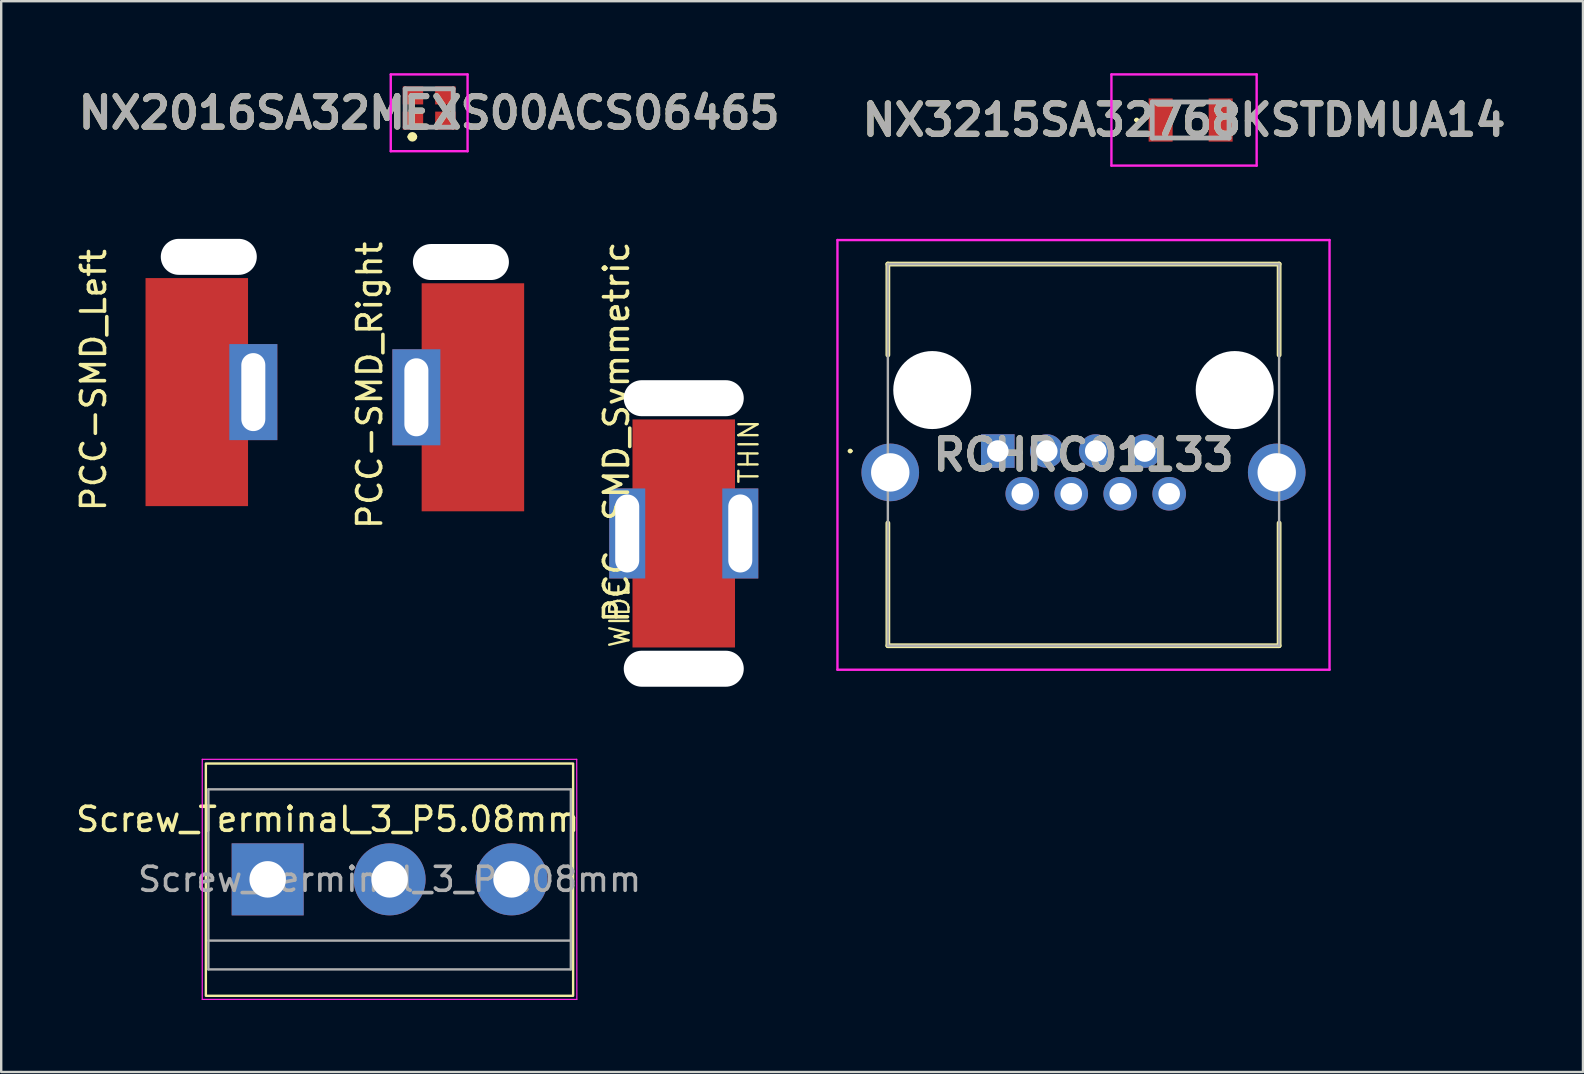
<source format=kicad_pcb>
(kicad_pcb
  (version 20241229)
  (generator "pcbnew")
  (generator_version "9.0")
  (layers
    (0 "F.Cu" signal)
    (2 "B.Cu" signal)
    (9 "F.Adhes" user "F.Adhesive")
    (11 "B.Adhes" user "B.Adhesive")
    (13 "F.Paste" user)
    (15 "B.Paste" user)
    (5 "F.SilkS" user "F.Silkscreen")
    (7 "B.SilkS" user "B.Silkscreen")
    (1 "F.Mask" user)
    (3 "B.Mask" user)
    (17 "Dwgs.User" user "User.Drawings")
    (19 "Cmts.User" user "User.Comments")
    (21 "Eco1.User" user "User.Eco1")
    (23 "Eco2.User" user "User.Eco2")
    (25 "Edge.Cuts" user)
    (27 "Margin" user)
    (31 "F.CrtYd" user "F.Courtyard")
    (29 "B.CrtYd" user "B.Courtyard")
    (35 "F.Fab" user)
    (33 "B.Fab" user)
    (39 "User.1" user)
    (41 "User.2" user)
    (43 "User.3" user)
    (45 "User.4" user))
  (footprint "PCC-SMD_Left"
    (layer "F.Cu")
    (at 5.148 13.285)
    (property "Reference" "PCC-SMD_Left" (at -4.3 -0.5 270) (layer "F.SilkS") (effects (font (size 1 1) (thickness 0.15))))
    (attr through_hole)
    (pad "" np_thru_hole oval (at 0.5 -5.635) (size 4 1.5) (drill oval 4 1.5) (layers "*.Cu" "*.Mask"))
    (pad "1" smd rect (at 0 0) (size 4.27 9.5) (layers "F.Cu" "F.Mask" "F.Paste"))
    (pad "1" thru_hole rect (at 2.355 0) (size 2 4) (drill oval 1 3.25) (layers "*.Cu" "*.Mask")))
  (footprint "PCC-SMD_Symmetric"
    (layer "F.Cu")
    (at 25.435 19.174)
    (property "Reference" "PCC-SMD_Symmetric" (at -2.8 -4.22 270) (layer "F.SilkS") (effects (font (size 1 1) (thickness 0.15))))
    (attr through_hole)
    (fp_text user "WIDE" (at -2.67 3.34 90) (layer "F.SilkS") (effects (font (size 0.8 0.8) (thickness 0.1))))
    (fp_text user "THIN" (at 2.71 -3.41 90) (layer "F.SilkS") (effects (font (size 0.8 0.8) (thickness 0.1))))
    (pad "" np_thru_hole oval (at 0 -5.635) (size 5 1.5) (drill oval 5 1.5) (layers "*.Cu" "*.Mask"))
    (pad "" np_thru_hole oval (at 0 5.635) (size 5 1.5) (drill oval 5 1.5) (layers "*.Cu" "*.Mask"))
    (pad "1" thru_hole rect (at -2.355 0) (size 1.5 3.75) (drill oval 1 3.25) (layers "*.Cu" "*.Mask"))
    (pad "1" smd rect (at 0 0) (size 4.27 9.5) (layers "F.Cu" "F.Mask" "F.Paste"))
    (pad "1" thru_hole rect (at 2.355 0) (size 1.5 3.75) (drill oval 1 3.25) (layers "*.Cu" "*.Mask")))
  (footprint "NX2016SA32MEXS00ACS06465"
    (layer "F.Cu")
    (at 14.829 1.45)
    (property "Reference" "NX2016SA32MEXS00ACS06465" (at 0 0.2 0) (layer "F.SilkS") (effects (font (size 1.27 1.27) (thickness 0.254))))
    (attr smd)
    (fp_line (start -0.8 1.2) (end -0.8 1.2) (stroke (width 0.2) (type solid)) (layer "F.SilkS"))
    (fp_line (start -0.6 1.2) (end -0.6 1.2) (stroke (width 0.2) (type solid)) (layer "F.SilkS"))
    (fp_line (start -0.1 -0.8) (end 0.1 -0.8) (stroke (width 0.1) (type solid)) (layer "F.SilkS"))
    (fp_line (start -0.1 0.8) (end 0.1 0.8) (stroke (width 0.1) (type solid)) (layer "F.SilkS"))
    (fp_arc (start -0.8 1.2) (mid -0.7 1.1) (end -0.6 1.2) (stroke (width 0.2) (type solid)) (layer "F.SilkS"))
    (fp_arc (start -0.6 1.2) (mid -0.7 1.3) (end -0.8 1.2) (stroke (width 0.2) (type solid)) (layer "F.SilkS"))
    (fp_line (start -1.6 -1.4) (end 1.6 -1.4) (stroke (width 0.1) (type solid)) (layer "F.CrtYd"))
    (fp_line (start -1.6 1.8) (end -1.6 -1.4) (stroke (width 0.1) (type solid)) (layer "F.CrtYd"))
    (fp_line (start 1.6 -1.4) (end 1.6 1.8) (stroke (width 0.1) (type solid)) (layer "F.CrtYd"))
    (fp_line (start 1.6 1.8) (end -1.6 1.8) (stroke (width 0.1) (type solid)) (layer "F.CrtYd"))
    (fp_line (start -1 -0.8) (end 1 -0.8) (stroke (width 0.2) (type solid)) (layer "F.Fab"))
    (fp_line (start -1 0.8) (end -1 -0.8) (stroke (width 0.2) (type solid)) (layer "F.Fab"))
    (fp_line (start 1 -0.8) (end 1 0.8) (stroke (width 0.2) (type solid)) (layer "F.Fab"))
    (fp_line (start 1 0.8) (end -1 0.8) (stroke (width 0.2) (type solid)) (layer "F.Fab"))
    (fp_text user "${REFERENCE}" (at 0 0.2 0) (layer "F.Fab") (effects (font (size 1.27 1.27) (thickness 0.254))))
    (pad "1" smd rect (at -0.675 0.525 90) (size 0.75 0.85) (layers "F.Cu" "F.Mask" "F.Paste"))
    (pad "2" smd rect (at 0.675 0.525 90) (size 0.75 0.85) (layers "F.Cu" "F.Mask" "F.Paste"))
    (pad "3" smd rect (at 0.675 -0.525 90) (size 0.75 0.85) (layers "F.Cu" "F.Mask" "F.Paste"))
    (pad "4" smd rect (at -0.675 -0.525 90) (size 0.75 0.85) (layers "F.Cu" "F.Mask" "F.Paste")))
  (footprint "PCC-SMD_Right"
    (layer "F.Cu")
    (at 16.651 13.501)
    (property "Reference" "PCC-SMD_Right" (at -4.3 -0.5 270) (layer "F.SilkS") (effects (font (size 1 1) (thickness 0.15))))
    (attr through_hole)
    (pad "" np_thru_hole oval (at -0.5 -5.635) (size 4 1.5) (drill oval 4 1.5) (layers "*.Cu" "*.Mask"))
    (pad "1" thru_hole rect (at -2.355 0) (size 2 4) (drill oval 1 3.25) (layers "*.Cu" "*.Mask"))
    (pad "1" smd rect (at 0 0) (size 4.27 9.5) (layers "F.Cu" "F.Mask" "F.Paste")))
  (footprint "Screw_Terminal_3_P5.08mm"
    (layer "F.Cu")
    (at 8.101 33.584)
    (property "Reference" "Screw_Terminal_3_P5.08mm" (at 2.5 -2.5 0) (layer "F.SilkS") (effects (font (size 1 1) (thickness 0.15))))
    (attr through_hole)
    (fp_rect (start -2.575 -4.825) (end 12.725 4.85) (stroke (width 0.1) (type default)) (fill no) (layer "F.SilkS"))
    (fp_line (start -2.725 -5) (end -2.725 5) (stroke (width 0.05) (type solid)) (layer "F.CrtYd"))
    (fp_line (start -2.725 -5) (end 12.875 -5) (stroke (width 0.05) (type solid)) (layer "F.CrtYd"))
    (fp_line (start 12.88 5) (end -2.725 5) (stroke (width 0.05) (type solid)) (layer "F.CrtYd"))
    (fp_line (start 12.88 5) (end 12.875 -5) (stroke (width 0.05) (type solid)) (layer "F.CrtYd"))
    (fp_line (start -2.47 -3.75) (end 12.63 -3.75) (stroke (width 0.1) (type solid)) (layer "F.Fab"))
    (fp_line (start -2.47 2.55) (end 12.63 2.55) (stroke (width 0.1) (type solid)) (layer "F.Fab"))
    (fp_line (start -2.47 3.75) (end -2.47 -3.75) (stroke (width 0.1) (type solid)) (layer "F.Fab"))
    (fp_line (start 12.63 -3.75) (end 12.63 3.75) (stroke (width 0.1) (type solid)) (layer "F.Fab"))
    (fp_line (start 12.63 3.75) (end -2.47 3.75) (stroke (width 0.1) (type solid)) (layer "F.Fab"))
    (fp_text user "${REFERENCE}" (at 5.08 0 0) (layer "F.Fab") (effects (font (size 1 1) (thickness 0.15))))
    (pad "1" thru_hole rect (at 0 0) (size 3 3) (drill 1.52) (layers "*.Cu" "*.Mask"))
    (pad "2" thru_hole circle (at 5.08 0) (size 3 3) (drill 1.52) (layers "*.Cu" "*.Mask"))
    (pad "3" thru_hole circle (at 10.16 0) (size 3 3) (drill 1.52) (layers "*.Cu" "*.Mask")))
  (footprint "RCHRC01133"
    (layer "F.Cu")
    (at 38.518 15.74)
    (property "Reference" "RCHRC01133" (at 3.57 0.16 0) (layer "F.SilkS") (effects (font (size 1.27 1.27) (thickness 0.254))))
    (attr through_hole)
    (fp_line (start -6.2 0) (end -6.2 0) (stroke (width 0.1) (type solid)) (layer "F.SilkS"))
    (fp_line (start -6.1 0) (end -6.1 0) (stroke (width 0.1) (type solid)) (layer "F.SilkS"))
    (fp_line (start -4.58 -7.79) (end 11.72 -7.79) (stroke (width 0.2) (type solid)) (layer "F.SilkS"))
    (fp_line (start -4.58 -4) (end -4.58 -7.79) (stroke (width 0.2) (type solid)) (layer "F.SilkS"))
    (fp_line (start -4.58 3) (end -4.58 8.11) (stroke (width 0.2) (type solid)) (layer "F.SilkS"))
    (fp_line (start -4.58 8.11) (end 11.72 8.11) (stroke (width 0.2) (type solid)) (layer "F.SilkS"))
    (fp_line (start 11.72 -7.79) (end 11.72 -4) (stroke (width 0.2) (type solid)) (layer "F.SilkS"))
    (fp_line (start 11.72 8.11) (end 11.72 3) (stroke (width 0.2) (type solid)) (layer "F.SilkS"))
    (fp_arc (start -6.2 0) (mid -6.15 -0.05) (end -6.1 0) (stroke (width 0.1) (type solid)) (layer "F.SilkS"))
    (fp_arc (start -6.1 0) (mid -6.15 0.05) (end -6.2 0) (stroke (width 0.1) (type solid)) (layer "F.SilkS"))
    (fp_line (start -6.68 -8.79) (end 13.82 -8.79) (stroke (width 0.1) (type solid)) (layer "F.CrtYd"))
    (fp_line (start -6.68 9.11) (end -6.68 -8.79) (stroke (width 0.1) (type solid)) (layer "F.CrtYd"))
    (fp_line (start 13.82 -8.79) (end 13.82 9.11) (stroke (width 0.1) (type solid)) (layer "F.CrtYd"))
    (fp_line (start 13.82 9.11) (end -6.68 9.11) (stroke (width 0.1) (type solid)) (layer "F.CrtYd"))
    (fp_line (start -4.58 -7.79) (end 11.72 -7.79) (stroke (width 0.1) (type solid)) (layer "F.Fab"))
    (fp_line (start -4.58 8.11) (end -4.58 -7.79) (stroke (width 0.1) (type solid)) (layer "F.Fab"))
    (fp_line (start 11.72 -7.79) (end 11.72 8.11) (stroke (width 0.1) (type solid)) (layer "F.Fab"))
    (fp_line (start 11.72 8.11) (end -4.58 8.11) (stroke (width 0.1) (type solid)) (layer "F.Fab"))
    (fp_text user "${REFERENCE}" (at 3.57 0.16 0) (layer "F.Fab") (effects (font (size 1.27 1.27) (thickness 0.254))))
    (pad "" np_thru_hole circle (at -2.73 -2.54) (size 3.25 3.25) (drill 3.25) (layers "*.Cu" "*.Mask"))
    (pad "" np_thru_hole circle (at 9.87 -2.54) (size 3.25 3.25) (drill 3.25) (layers "*.Cu" "*.Mask"))
    (pad "1" thru_hole rect (at 0 0) (size 1.4 1.4) (drill 0.9) (layers "*.Cu" "*.Mask"))
    (pad "2" thru_hole circle (at 1.02 1.78) (size 1.4 1.4) (drill 0.9) (layers "*.Cu" "*.Mask"))
    (pad "3" thru_hole circle (at 2.04 0) (size 1.4 1.4) (drill 0.9) (layers "*.Cu" "*.Mask"))
    (pad "4" thru_hole circle (at 3.06 1.78) (size 1.4 1.4) (drill 0.9) (layers "*.Cu" "*.Mask"))
    (pad "5" thru_hole circle (at 4.08 0) (size 1.4 1.4) (drill 0.9) (layers "*.Cu" "*.Mask"))
    (pad "6" thru_hole circle (at 5.1 1.78) (size 1.4 1.4) (drill 0.9) (layers "*.Cu" "*.Mask"))
    (pad "7" thru_hole circle (at 6.12 0) (size 1.4 1.4) (drill 0.9) (layers "*.Cu" "*.Mask"))
    (pad "8" thru_hole circle (at 7.14 1.78) (size 1.4 1.4) (drill 0.9) (layers "*.Cu" "*.Mask"))
    (pad "9" thru_hole circle (at -4.48 0.89) (size 2.4 2.4) (drill 1.6) (layers "*.Cu" "*.Mask"))
    (pad "10" thru_hole circle (at 11.62 0.89) (size 2.4 2.4) (drill 1.6) (layers "*.Cu" "*.Mask")))
  (footprint "NX3215SA32768KSTDMUA14"
    (layer "F.Cu")
    (at 46.552 1.95)
    (property "Reference" "NX3215SA32768KSTDMUA14" (at -0.275 0 0) (layer "F.SilkS") (effects (font (size 1.27 1.27) (thickness 0.254))))
    (attr smd)
    (fp_line (start -2.3 0) (end -2.3 0) (stroke (width 0.1) (type solid)) (layer "F.SilkS"))
    (fp_line (start -2.2 0) (end -2.2 0) (stroke (width 0.1) (type solid)) (layer "F.SilkS"))
    (fp_line (start -0.5 -0.75) (end 0.5 -0.75) (stroke (width 0.1) (type solid)) (layer "F.SilkS"))
    (fp_line (start -0.5 0.75) (end 0.5 0.75) (stroke (width 0.1) (type solid)) (layer "F.SilkS"))
    (fp_arc (start -2.3 0) (mid -2.25 -0.05) (end -2.2 0) (stroke (width 0.1) (type solid)) (layer "F.SilkS"))
    (fp_arc (start -2.2 0) (mid -2.25 0.05) (end -2.3 0) (stroke (width 0.1) (type solid)) (layer "F.SilkS"))
    (fp_line (start -3.3 -1.9) (end 2.75 -1.9) (stroke (width 0.1) (type solid)) (layer "F.CrtYd"))
    (fp_line (start -3.3 1.9) (end -3.3 -1.9) (stroke (width 0.1) (type solid)) (layer "F.CrtYd"))
    (fp_line (start 2.75 -1.9) (end 2.75 1.9) (stroke (width 0.1) (type solid)) (layer "F.CrtYd"))
    (fp_line (start 2.75 1.9) (end -3.3 1.9) (stroke (width 0.1) (type solid)) (layer "F.CrtYd"))
    (fp_line (start -1.6 -0.75) (end 1.6 -0.75) (stroke (width 0.2) (type solid)) (layer "F.Fab"))
    (fp_line (start -1.6 0.75) (end -1.6 -0.75) (stroke (width 0.2) (type solid)) (layer "F.Fab"))
    (fp_line (start 1.6 -0.75) (end 1.6 0.75) (stroke (width 0.2) (type solid)) (layer "F.Fab"))
    (fp_line (start 1.6 0.75) (end -1.6 0.75) (stroke (width 0.2) (type solid)) (layer "F.Fab"))
    (fp_text user "${REFERENCE}" (at -0.275 0 0) (layer "F.Fab") (effects (font (size 1.27 1.27) (thickness 0.254))))
    (pad "1" smd rect (at -1.25 0) (size 1 1.8) (layers "F.Cu" "F.Mask" "F.Paste"))
    (pad "2" smd rect (at 1.25 0) (size 1 1.8) (layers "F.Cu" "F.Mask" "F.Paste")))
  (gr_rect
    (start -3 -3)
    (end 62.896 41.609)
    (stroke (width 0.1) (type default))
    (fill no)
    (layer "Edge.Cuts")))
</source>
